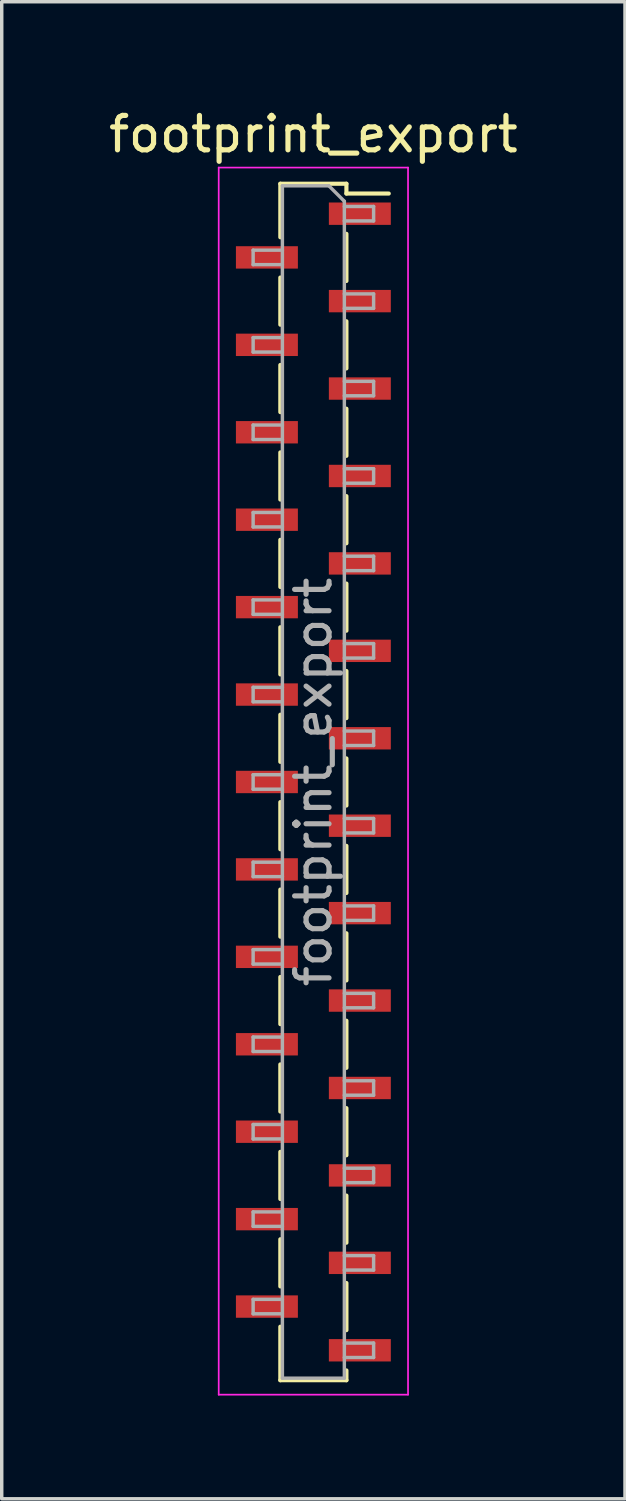
<source format=kicad_pcb>
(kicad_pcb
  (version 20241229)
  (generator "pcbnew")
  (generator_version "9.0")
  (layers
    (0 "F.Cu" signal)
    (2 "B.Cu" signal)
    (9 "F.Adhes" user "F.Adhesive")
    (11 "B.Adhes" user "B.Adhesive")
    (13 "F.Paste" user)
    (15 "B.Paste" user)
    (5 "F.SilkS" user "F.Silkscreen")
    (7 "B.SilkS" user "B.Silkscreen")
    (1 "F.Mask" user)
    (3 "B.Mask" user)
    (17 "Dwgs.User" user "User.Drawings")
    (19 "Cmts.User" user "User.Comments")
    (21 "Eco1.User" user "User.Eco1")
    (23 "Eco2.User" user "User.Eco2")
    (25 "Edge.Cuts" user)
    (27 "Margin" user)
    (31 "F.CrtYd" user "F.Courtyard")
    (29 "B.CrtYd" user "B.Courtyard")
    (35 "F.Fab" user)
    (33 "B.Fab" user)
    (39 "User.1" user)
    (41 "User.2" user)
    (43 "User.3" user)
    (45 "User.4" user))
  (footprint "footprint_export"
    (layer "F.Cu")
    (at 6.054 19.668)
    (property "Reference" "footprint_export" (at 0 -18.82 0) (layer "F.SilkS") (effects (font (size 1 1) (thickness 0.15))))
    (attr smd)
    (fp_line (start -0.96 -17.38) (end -0.96 -15.825) (stroke (width 0.12) (type solid)) (layer "F.SilkS"))
    (fp_line (start -0.96 -17.38) (end 0.96 -17.38) (stroke (width 0.12) (type solid)) (layer "F.SilkS"))
    (fp_line (start -0.96 -14.655) (end -0.96 -13.285) (stroke (width 0.12) (type solid)) (layer "F.SilkS"))
    (fp_line (start -0.96 -12.115) (end -0.96 -10.745) (stroke (width 0.12) (type solid)) (layer "F.SilkS"))
    (fp_line (start -0.96 -9.575) (end -0.96 -8.205) (stroke (width 0.12) (type solid)) (layer "F.SilkS"))
    (fp_line (start -0.96 -7.035) (end -0.96 -5.665) (stroke (width 0.12) (type solid)) (layer "F.SilkS"))
    (fp_line (start -0.96 -4.495) (end -0.96 -3.125) (stroke (width 0.12) (type solid)) (layer "F.SilkS"))
    (fp_line (start -0.96 -1.955) (end -0.96 -0.585) (stroke (width 0.12) (type solid)) (layer "F.SilkS"))
    (fp_line (start -0.96 0.585) (end -0.96 1.955) (stroke (width 0.12) (type solid)) (layer "F.SilkS"))
    (fp_line (start -0.96 3.125) (end -0.96 4.495) (stroke (width 0.12) (type solid)) (layer "F.SilkS"))
    (fp_line (start -0.96 5.665) (end -0.96 7.035) (stroke (width 0.12) (type solid)) (layer "F.SilkS"))
    (fp_line (start -0.96 8.205) (end -0.96 9.575) (stroke (width 0.12) (type solid)) (layer "F.SilkS"))
    (fp_line (start -0.96 10.745) (end -0.96 12.115) (stroke (width 0.12) (type solid)) (layer "F.SilkS"))
    (fp_line (start -0.96 13.285) (end -0.96 14.655) (stroke (width 0.12) (type solid)) (layer "F.SilkS"))
    (fp_line (start -0.96 15.825) (end -0.96 17.38) (stroke (width 0.12) (type solid)) (layer "F.SilkS"))
    (fp_line (start -0.96 17.38) (end 0.96 17.38) (stroke (width 0.12) (type solid)) (layer "F.SilkS"))
    (fp_line (start 0.96 -17.38) (end 0.96 -17.095) (stroke (width 0.12) (type solid)) (layer "F.SilkS"))
    (fp_line (start 0.96 -17.095) (end 2.19 -17.095) (stroke (width 0.12) (type solid)) (layer "F.SilkS"))
    (fp_line (start 0.96 -15.925) (end 0.96 -14.555) (stroke (width 0.12) (type solid)) (layer "F.SilkS"))
    (fp_line (start 0.96 -13.385) (end 0.96 -12.015) (stroke (width 0.12) (type solid)) (layer "F.SilkS"))
    (fp_line (start 0.96 -10.845) (end 0.96 -9.475) (stroke (width 0.12) (type solid)) (layer "F.SilkS"))
    (fp_line (start 0.96 -8.305) (end 0.96 -6.935) (stroke (width 0.12) (type solid)) (layer "F.SilkS"))
    (fp_line (start 0.96 -5.765) (end 0.96 -4.395) (stroke (width 0.12) (type solid)) (layer "F.SilkS"))
    (fp_line (start 0.96 -3.225) (end 0.96 -1.855) (stroke (width 0.12) (type solid)) (layer "F.SilkS"))
    (fp_line (start 0.96 -0.685) (end 0.96 0.685) (stroke (width 0.12) (type solid)) (layer "F.SilkS"))
    (fp_line (start 0.96 1.855) (end 0.96 3.225) (stroke (width 0.12) (type solid)) (layer "F.SilkS"))
    (fp_line (start 0.96 4.395) (end 0.96 5.765) (stroke (width 0.12) (type solid)) (layer "F.SilkS"))
    (fp_line (start 0.96 6.935) (end 0.96 8.305) (stroke (width 0.12) (type solid)) (layer "F.SilkS"))
    (fp_line (start 0.96 9.475) (end 0.96 10.845) (stroke (width 0.12) (type solid)) (layer "F.SilkS"))
    (fp_line (start 0.96 12.015) (end 0.96 13.385) (stroke (width 0.12) (type solid)) (layer "F.SilkS"))
    (fp_line (start 0.96 14.555) (end 0.96 15.925) (stroke (width 0.12) (type solid)) (layer "F.SilkS"))
    (fp_line (start 0.96 17.095) (end 0.96 17.38) (stroke (width 0.12) (type solid)) (layer "F.SilkS"))
    (fp_line (start -2.75 -17.85) (end 2.75 -17.85) (stroke (width 0.05) (type solid)) (layer "F.CrtYd"))
    (fp_line (start -2.75 17.8) (end -2.75 -17.85) (stroke (width 0.05) (type solid)) (layer "F.CrtYd"))
    (fp_line (start 2.75 -17.85) (end 2.75 17.8) (stroke (width 0.05) (type solid)) (layer "F.CrtYd"))
    (fp_line (start 2.75 17.8) (end -2.75 17.8) (stroke (width 0.05) (type solid)) (layer "F.CrtYd"))
    (fp_line (start -1.75 -15.45) (end -0.9 -15.45) (stroke (width 0.1) (type solid)) (layer "F.Fab"))
    (fp_line (start -1.75 -15.03) (end -1.75 -15.45) (stroke (width 0.1) (type solid)) (layer "F.Fab"))
    (fp_line (start -1.75 -12.91) (end -0.9 -12.91) (stroke (width 0.1) (type solid)) (layer "F.Fab"))
    (fp_line (start -1.75 -12.49) (end -1.75 -12.91) (stroke (width 0.1) (type solid)) (layer "F.Fab"))
    (fp_line (start -1.75 -10.37) (end -0.9 -10.37) (stroke (width 0.1) (type solid)) (layer "F.Fab"))
    (fp_line (start -1.75 -9.95) (end -1.75 -10.37) (stroke (width 0.1) (type solid)) (layer "F.Fab"))
    (fp_line (start -1.75 -7.83) (end -0.9 -7.83) (stroke (width 0.1) (type solid)) (layer "F.Fab"))
    (fp_line (start -1.75 -7.41) (end -1.75 -7.83) (stroke (width 0.1) (type solid)) (layer "F.Fab"))
    (fp_line (start -1.75 -5.29) (end -0.9 -5.29) (stroke (width 0.1) (type solid)) (layer "F.Fab"))
    (fp_line (start -1.75 -4.87) (end -1.75 -5.29) (stroke (width 0.1) (type solid)) (layer "F.Fab"))
    (fp_line (start -1.75 -2.75) (end -0.9 -2.75) (stroke (width 0.1) (type solid)) (layer "F.Fab"))
    (fp_line (start -1.75 -2.33) (end -1.75 -2.75) (stroke (width 0.1) (type solid)) (layer "F.Fab"))
    (fp_line (start -1.75 -0.21) (end -0.9 -0.21) (stroke (width 0.1) (type solid)) (layer "F.Fab"))
    (fp_line (start -1.75 0.21) (end -1.75 -0.21) (stroke (width 0.1) (type solid)) (layer "F.Fab"))
    (fp_line (start -1.75 2.33) (end -0.9 2.33) (stroke (width 0.1) (type solid)) (layer "F.Fab"))
    (fp_line (start -1.75 2.75) (end -1.75 2.33) (stroke (width 0.1) (type solid)) (layer "F.Fab"))
    (fp_line (start -1.75 4.87) (end -0.9 4.87) (stroke (width 0.1) (type solid)) (layer "F.Fab"))
    (fp_line (start -1.75 5.29) (end -1.75 4.87) (stroke (width 0.1) (type solid)) (layer "F.Fab"))
    (fp_line (start -1.75 7.41) (end -0.9 7.41) (stroke (width 0.1) (type solid)) (layer "F.Fab"))
    (fp_line (start -1.75 7.83) (end -1.75 7.41) (stroke (width 0.1) (type solid)) (layer "F.Fab"))
    (fp_line (start -1.75 9.95) (end -0.9 9.95) (stroke (width 0.1) (type solid)) (layer "F.Fab"))
    (fp_line (start -1.75 10.37) (end -1.75 9.95) (stroke (width 0.1) (type solid)) (layer "F.Fab"))
    (fp_line (start -1.75 12.49) (end -0.9 12.49) (stroke (width 0.1) (type solid)) (layer "F.Fab"))
    (fp_line (start -1.75 12.91) (end -1.75 12.49) (stroke (width 0.1) (type solid)) (layer "F.Fab"))
    (fp_line (start -1.75 15.03) (end -0.9 15.03) (stroke (width 0.1) (type solid)) (layer "F.Fab"))
    (fp_line (start -1.75 15.45) (end -1.75 15.03) (stroke (width 0.1) (type solid)) (layer "F.Fab"))
    (fp_line (start -0.9 -17.32) (end 0.45 -17.32) (stroke (width 0.1) (type solid)) (layer "F.Fab"))
    (fp_line (start -0.9 -15.03) (end -1.75 -15.03) (stroke (width 0.1) (type solid)) (layer "F.Fab"))
    (fp_line (start -0.9 -12.49) (end -1.75 -12.49) (stroke (width 0.1) (type solid)) (layer "F.Fab"))
    (fp_line (start -0.9 -9.95) (end -1.75 -9.95) (stroke (width 0.1) (type solid)) (layer "F.Fab"))
    (fp_line (start -0.9 -7.41) (end -1.75 -7.41) (stroke (width 0.1) (type solid)) (layer "F.Fab"))
    (fp_line (start -0.9 -4.87) (end -1.75 -4.87) (stroke (width 0.1) (type solid)) (layer "F.Fab"))
    (fp_line (start -0.9 -2.33) (end -1.75 -2.33) (stroke (width 0.1) (type solid)) (layer "F.Fab"))
    (fp_line (start -0.9 0.21) (end -1.75 0.21) (stroke (width 0.1) (type solid)) (layer "F.Fab"))
    (fp_line (start -0.9 2.75) (end -1.75 2.75) (stroke (width 0.1) (type solid)) (layer "F.Fab"))
    (fp_line (start -0.9 5.29) (end -1.75 5.29) (stroke (width 0.1) (type solid)) (layer "F.Fab"))
    (fp_line (start -0.9 7.83) (end -1.75 7.83) (stroke (width 0.1) (type solid)) (layer "F.Fab"))
    (fp_line (start -0.9 10.37) (end -1.75 10.37) (stroke (width 0.1) (type solid)) (layer "F.Fab"))
    (fp_line (start -0.9 12.91) (end -1.75 12.91) (stroke (width 0.1) (type solid)) (layer "F.Fab"))
    (fp_line (start -0.9 15.45) (end -1.75 15.45) (stroke (width 0.1) (type solid)) (layer "F.Fab"))
    (fp_line (start -0.9 17.32) (end -0.9 -17.32) (stroke (width 0.1) (type solid)) (layer "F.Fab"))
    (fp_line (start 0.45 -17.32) (end 0.9 -16.87) (stroke (width 0.1) (type solid)) (layer "F.Fab"))
    (fp_line (start 0.9 -16.87) (end 0.9 17.32) (stroke (width 0.1) (type solid)) (layer "F.Fab"))
    (fp_line (start 0.9 -16.72) (end 1.75 -16.72) (stroke (width 0.1) (type solid)) (layer "F.Fab"))
    (fp_line (start 0.9 -14.18) (end 1.75 -14.18) (stroke (width 0.1) (type solid)) (layer "F.Fab"))
    (fp_line (start 0.9 -11.64) (end 1.75 -11.64) (stroke (width 0.1) (type solid)) (layer "F.Fab"))
    (fp_line (start 0.9 -9.1) (end 1.75 -9.1) (stroke (width 0.1) (type solid)) (layer "F.Fab"))
    (fp_line (start 0.9 -6.56) (end 1.75 -6.56) (stroke (width 0.1) (type solid)) (layer "F.Fab"))
    (fp_line (start 0.9 -4.02) (end 1.75 -4.02) (stroke (width 0.1) (type solid)) (layer "F.Fab"))
    (fp_line (start 0.9 -1.48) (end 1.75 -1.48) (stroke (width 0.1) (type solid)) (layer "F.Fab"))
    (fp_line (start 0.9 1.06) (end 1.75 1.06) (stroke (width 0.1) (type solid)) (layer "F.Fab"))
    (fp_line (start 0.9 3.6) (end 1.75 3.6) (stroke (width 0.1) (type solid)) (layer "F.Fab"))
    (fp_line (start 0.9 6.14) (end 1.75 6.14) (stroke (width 0.1) (type solid)) (layer "F.Fab"))
    (fp_line (start 0.9 8.68) (end 1.75 8.68) (stroke (width 0.1) (type solid)) (layer "F.Fab"))
    (fp_line (start 0.9 11.22) (end 1.75 11.22) (stroke (width 0.1) (type solid)) (layer "F.Fab"))
    (fp_line (start 0.9 13.76) (end 1.75 13.76) (stroke (width 0.1) (type solid)) (layer "F.Fab"))
    (fp_line (start 0.9 16.3) (end 1.75 16.3) (stroke (width 0.1) (type solid)) (layer "F.Fab"))
    (fp_line (start 0.9 17.32) (end -0.9 17.32) (stroke (width 0.1) (type solid)) (layer "F.Fab"))
    (fp_line (start 1.75 -16.72) (end 1.75 -16.3) (stroke (width 0.1) (type solid)) (layer "F.Fab"))
    (fp_line (start 1.75 -16.3) (end 0.9 -16.3) (stroke (width 0.1) (type solid)) (layer "F.Fab"))
    (fp_line (start 1.75 -14.18) (end 1.75 -13.76) (stroke (width 0.1) (type solid)) (layer "F.Fab"))
    (fp_line (start 1.75 -13.76) (end 0.9 -13.76) (stroke (width 0.1) (type solid)) (layer "F.Fab"))
    (fp_line (start 1.75 -11.64) (end 1.75 -11.22) (stroke (width 0.1) (type solid)) (layer "F.Fab"))
    (fp_line (start 1.75 -11.22) (end 0.9 -11.22) (stroke (width 0.1) (type solid)) (layer "F.Fab"))
    (fp_line (start 1.75 -9.1) (end 1.75 -8.68) (stroke (width 0.1) (type solid)) (layer "F.Fab"))
    (fp_line (start 1.75 -8.68) (end 0.9 -8.68) (stroke (width 0.1) (type solid)) (layer "F.Fab"))
    (fp_line (start 1.75 -6.56) (end 1.75 -6.14) (stroke (width 0.1) (type solid)) (layer "F.Fab"))
    (fp_line (start 1.75 -6.14) (end 0.9 -6.14) (stroke (width 0.1) (type solid)) (layer "F.Fab"))
    (fp_line (start 1.75 -4.02) (end 1.75 -3.6) (stroke (width 0.1) (type solid)) (layer "F.Fab"))
    (fp_line (start 1.75 -3.6) (end 0.9 -3.6) (stroke (width 0.1) (type solid)) (layer "F.Fab"))
    (fp_line (start 1.75 -1.48) (end 1.75 -1.06) (stroke (width 0.1) (type solid)) (layer "F.Fab"))
    (fp_line (start 1.75 -1.06) (end 0.9 -1.06) (stroke (width 0.1) (type solid)) (layer "F.Fab"))
    (fp_line (start 1.75 1.06) (end 1.75 1.48) (stroke (width 0.1) (type solid)) (layer "F.Fab"))
    (fp_line (start 1.75 1.48) (end 0.9 1.48) (stroke (width 0.1) (type solid)) (layer "F.Fab"))
    (fp_line (start 1.75 3.6) (end 1.75 4.02) (stroke (width 0.1) (type solid)) (layer "F.Fab"))
    (fp_line (start 1.75 4.02) (end 0.9 4.02) (stroke (width 0.1) (type solid)) (layer "F.Fab"))
    (fp_line (start 1.75 6.14) (end 1.75 6.56) (stroke (width 0.1) (type solid)) (layer "F.Fab"))
    (fp_line (start 1.75 6.56) (end 0.9 6.56) (stroke (width 0.1) (type solid)) (layer "F.Fab"))
    (fp_line (start 1.75 8.68) (end 1.75 9.1) (stroke (width 0.1) (type solid)) (layer "F.Fab"))
    (fp_line (start 1.75 9.1) (end 0.9 9.1) (stroke (width 0.1) (type solid)) (layer "F.Fab"))
    (fp_line (start 1.75 11.22) (end 1.75 11.64) (stroke (width 0.1) (type solid)) (layer "F.Fab"))
    (fp_line (start 1.75 11.64) (end 0.9 11.64) (stroke (width 0.1) (type solid)) (layer "F.Fab"))
    (fp_line (start 1.75 13.76) (end 1.75 14.18) (stroke (width 0.1) (type solid)) (layer "F.Fab"))
    (fp_line (start 1.75 14.18) (end 0.9 14.18) (stroke (width 0.1) (type solid)) (layer "F.Fab"))
    (fp_line (start 1.75 16.3) (end 1.75 16.72) (stroke (width 0.1) (type solid)) (layer "F.Fab"))
    (fp_line (start 1.75 16.72) (end 0.9 16.72) (stroke (width 0.1) (type solid)) (layer "F.Fab"))
    (fp_text user "${REFERENCE}" (at 0 0 90) (layer "F.Fab") (effects (font (size 1 1) (thickness 0.15))))
    (pad "1" smd rect (at 1.35 -16.51) (size 1.8 0.65) (layers "F.Cu" "F.Mask" "F.Paste"))
    (pad "2" smd rect (at -1.35 -15.24) (size 1.8 0.65) (layers "F.Cu" "F.Mask" "F.Paste"))
    (pad "3" smd rect (at 1.35 -13.97) (size 1.8 0.65) (layers "F.Cu" "F.Mask" "F.Paste"))
    (pad "4" smd rect (at -1.35 -12.7) (size 1.8 0.65) (layers "F.Cu" "F.Mask" "F.Paste"))
    (pad "5" smd rect (at 1.35 -11.43) (size 1.8 0.65) (layers "F.Cu" "F.Mask" "F.Paste"))
    (pad "6" smd rect (at -1.35 -10.16) (size 1.8 0.65) (layers "F.Cu" "F.Mask" "F.Paste"))
    (pad "7" smd rect (at 1.35 -8.89) (size 1.8 0.65) (layers "F.Cu" "F.Mask" "F.Paste"))
    (pad "8" smd rect (at -1.35 -7.62) (size 1.8 0.65) (layers "F.Cu" "F.Mask" "F.Paste"))
    (pad "9" smd rect (at 1.35 -6.35) (size 1.8 0.65) (layers "F.Cu" "F.Mask" "F.Paste"))
    (pad "10" smd rect (at -1.35 -5.08) (size 1.8 0.65) (layers "F.Cu" "F.Mask" "F.Paste"))
    (pad "11" smd rect (at 1.35 -3.81) (size 1.8 0.65) (layers "F.Cu" "F.Mask" "F.Paste"))
    (pad "12" smd rect (at -1.35 -2.54) (size 1.8 0.65) (layers "F.Cu" "F.Mask" "F.Paste"))
    (pad "13" smd rect (at 1.35 -1.27) (size 1.8 0.65) (layers "F.Cu" "F.Mask" "F.Paste"))
    (pad "14" smd rect (at -1.35 0) (size 1.8 0.65) (layers "F.Cu" "F.Mask" "F.Paste"))
    (pad "15" smd rect (at 1.35 1.27) (size 1.8 0.65) (layers "F.Cu" "F.Mask" "F.Paste"))
    (pad "16" smd rect (at -1.35 2.54) (size 1.8 0.65) (layers "F.Cu" "F.Mask" "F.Paste"))
    (pad "17" smd rect (at 1.35 3.81) (size 1.8 0.65) (layers "F.Cu" "F.Mask" "F.Paste"))
    (pad "18" smd rect (at -1.35 5.08) (size 1.8 0.65) (layers "F.Cu" "F.Mask" "F.Paste"))
    (pad "19" smd rect (at 1.35 6.35) (size 1.8 0.65) (layers "F.Cu" "F.Mask" "F.Paste"))
    (pad "20" smd rect (at -1.35 7.62) (size 1.8 0.65) (layers "F.Cu" "F.Mask" "F.Paste"))
    (pad "21" smd rect (at 1.35 8.89) (size 1.8 0.65) (layers "F.Cu" "F.Mask" "F.Paste"))
    (pad "22" smd rect (at -1.35 10.16) (size 1.8 0.65) (layers "F.Cu" "F.Mask" "F.Paste"))
    (pad "23" smd rect (at 1.35 11.43) (size 1.8 0.65) (layers "F.Cu" "F.Mask" "F.Paste"))
    (pad "24" smd rect (at -1.35 12.7) (size 1.8 0.65) (layers "F.Cu" "F.Mask" "F.Paste"))
    (pad "25" smd rect (at 1.35 13.97) (size 1.8 0.65) (layers "F.Cu" "F.Mask" "F.Paste"))
    (pad "26" smd rect (at -1.35 15.24) (size 1.8 0.65) (layers "F.Cu" "F.Mask" "F.Paste"))
    (pad "27" smd rect (at 1.35 16.51) (size 1.8 0.65) (layers "F.Cu" "F.Mask" "F.Paste")))
  (gr_rect
    (start -3 -3)
    (end 15.107 40.493)
    (stroke (width 0.1) (type default))
    (fill no)
    (layer "Edge.Cuts")))
</source>
